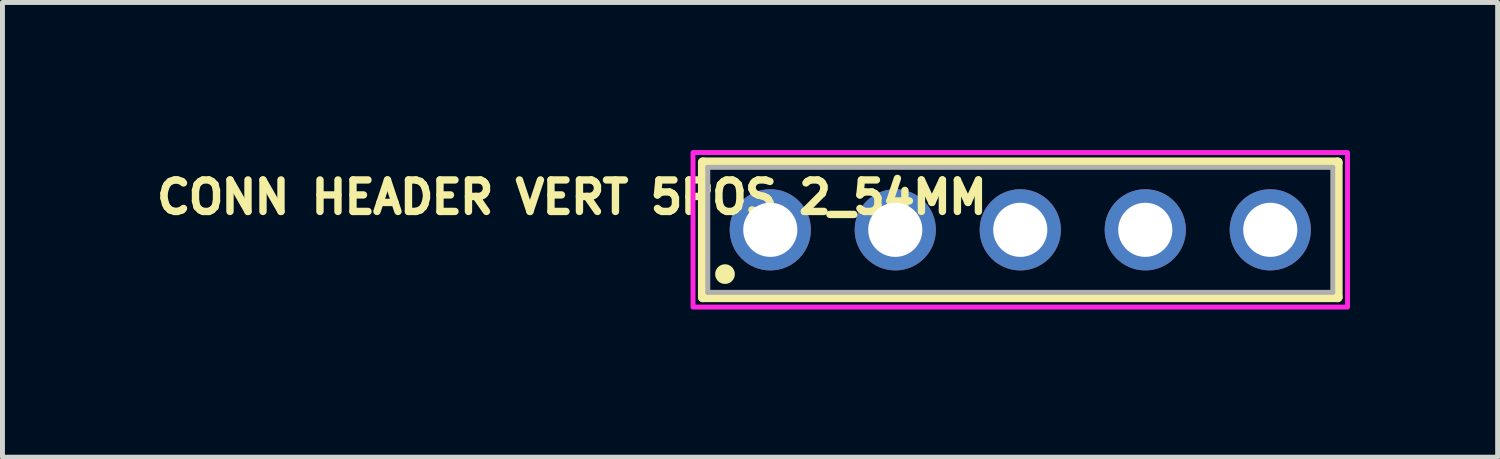
<source format=kicad_pcb>
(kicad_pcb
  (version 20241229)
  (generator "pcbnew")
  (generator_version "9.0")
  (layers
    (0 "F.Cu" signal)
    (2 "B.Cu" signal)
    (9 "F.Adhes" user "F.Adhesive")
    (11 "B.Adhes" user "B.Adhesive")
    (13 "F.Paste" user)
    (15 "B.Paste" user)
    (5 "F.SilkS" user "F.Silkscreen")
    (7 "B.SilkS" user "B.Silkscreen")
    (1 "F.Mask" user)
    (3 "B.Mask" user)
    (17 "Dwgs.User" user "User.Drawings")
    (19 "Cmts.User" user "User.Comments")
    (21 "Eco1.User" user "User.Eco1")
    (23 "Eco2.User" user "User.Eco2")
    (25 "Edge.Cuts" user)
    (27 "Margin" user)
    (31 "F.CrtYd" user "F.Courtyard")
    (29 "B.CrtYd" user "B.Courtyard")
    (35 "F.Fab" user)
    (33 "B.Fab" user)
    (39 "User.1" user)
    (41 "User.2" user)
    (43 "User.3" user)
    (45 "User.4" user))
  (footprint "CONN HEADER VERT 5POS 2_54MM"
    (layer "F.Cu")
    (at 17.682 1.62)
    (property "Reference" "CONN HEADER VERT 5POS 2_54MM" (at -9.11 -0.662 0) (layer "F.SilkS") (effects (font (size 0.64 0.64) (thickness 0.15))))
    (attr through_hole)
    (fp_line (start -6.45 -1.37) (end 6.45 -1.37) (stroke (width 0.2) (type solid)) (layer "F.SilkS"))
    (fp_line (start -6.45 1.37) (end -6.45 -1.37) (stroke (width 0.2) (type solid)) (layer "F.SilkS"))
    (fp_line (start 6.45 -1.37) (end 6.45 1.37) (stroke (width 0.2) (type solid)) (layer "F.SilkS"))
    (fp_line (start 6.45 1.37) (end -6.45 1.37) (stroke (width 0.2) (type solid)) (layer "F.SilkS"))
    (fp_circle (center -6 0.9) (end -5.9 0.9) (stroke (width 0.2) (type solid)) (fill no) (layer "F.SilkS"))
    (fp_poly (pts (xy -6.65 -1.57) (xy 6.65 -1.57) (xy 6.65 1.57) (xy -6.65 1.57)) (stroke (width 0.1) (type solid)) (fill no) (layer "F.CrtYd"))
    (fp_line (start -6.35 -1.27) (end -6.35 1.27) (stroke (width 0.1) (type solid)) (layer "F.Fab"))
    (fp_line (start -6.35 1.27) (end 6.35 1.27) (stroke (width 0.1) (type solid)) (layer "F.Fab"))
    (fp_line (start 6.35 -1.27) (end -6.35 -1.27) (stroke (width 0.1) (type solid)) (layer "F.Fab"))
    (fp_line (start 6.35 1.27) (end 6.35 -1.27) (stroke (width 0.1) (type solid)) (layer "F.Fab"))
    (pad "1" thru_hole circle (at -5.08 0) (size 1.65 1.65) (drill 1.1) (layers "*.Cu" "*.Mask"))
    (pad "2" thru_hole circle (at -2.54 0) (size 1.65 1.65) (drill 1.1) (layers "*.Cu" "*.Mask"))
    (pad "3" thru_hole circle (at 0 0) (size 1.65 1.65) (drill 1.1) (layers "*.Cu" "*.Mask"))
    (pad "4" thru_hole circle (at 2.54 0) (size 1.65 1.65) (drill 1.1) (layers "*.Cu" "*.Mask"))
    (pad "5" thru_hole circle (at 5.08 0) (size 1.65 1.65) (drill 1.1) (layers "*.Cu" "*.Mask")))
  (gr_rect
    (start -3 -3)
    (end 27.382 6.24)
    (stroke (width 0.1) (type default))
    (fill no)
    (layer "Edge.Cuts")))
</source>
